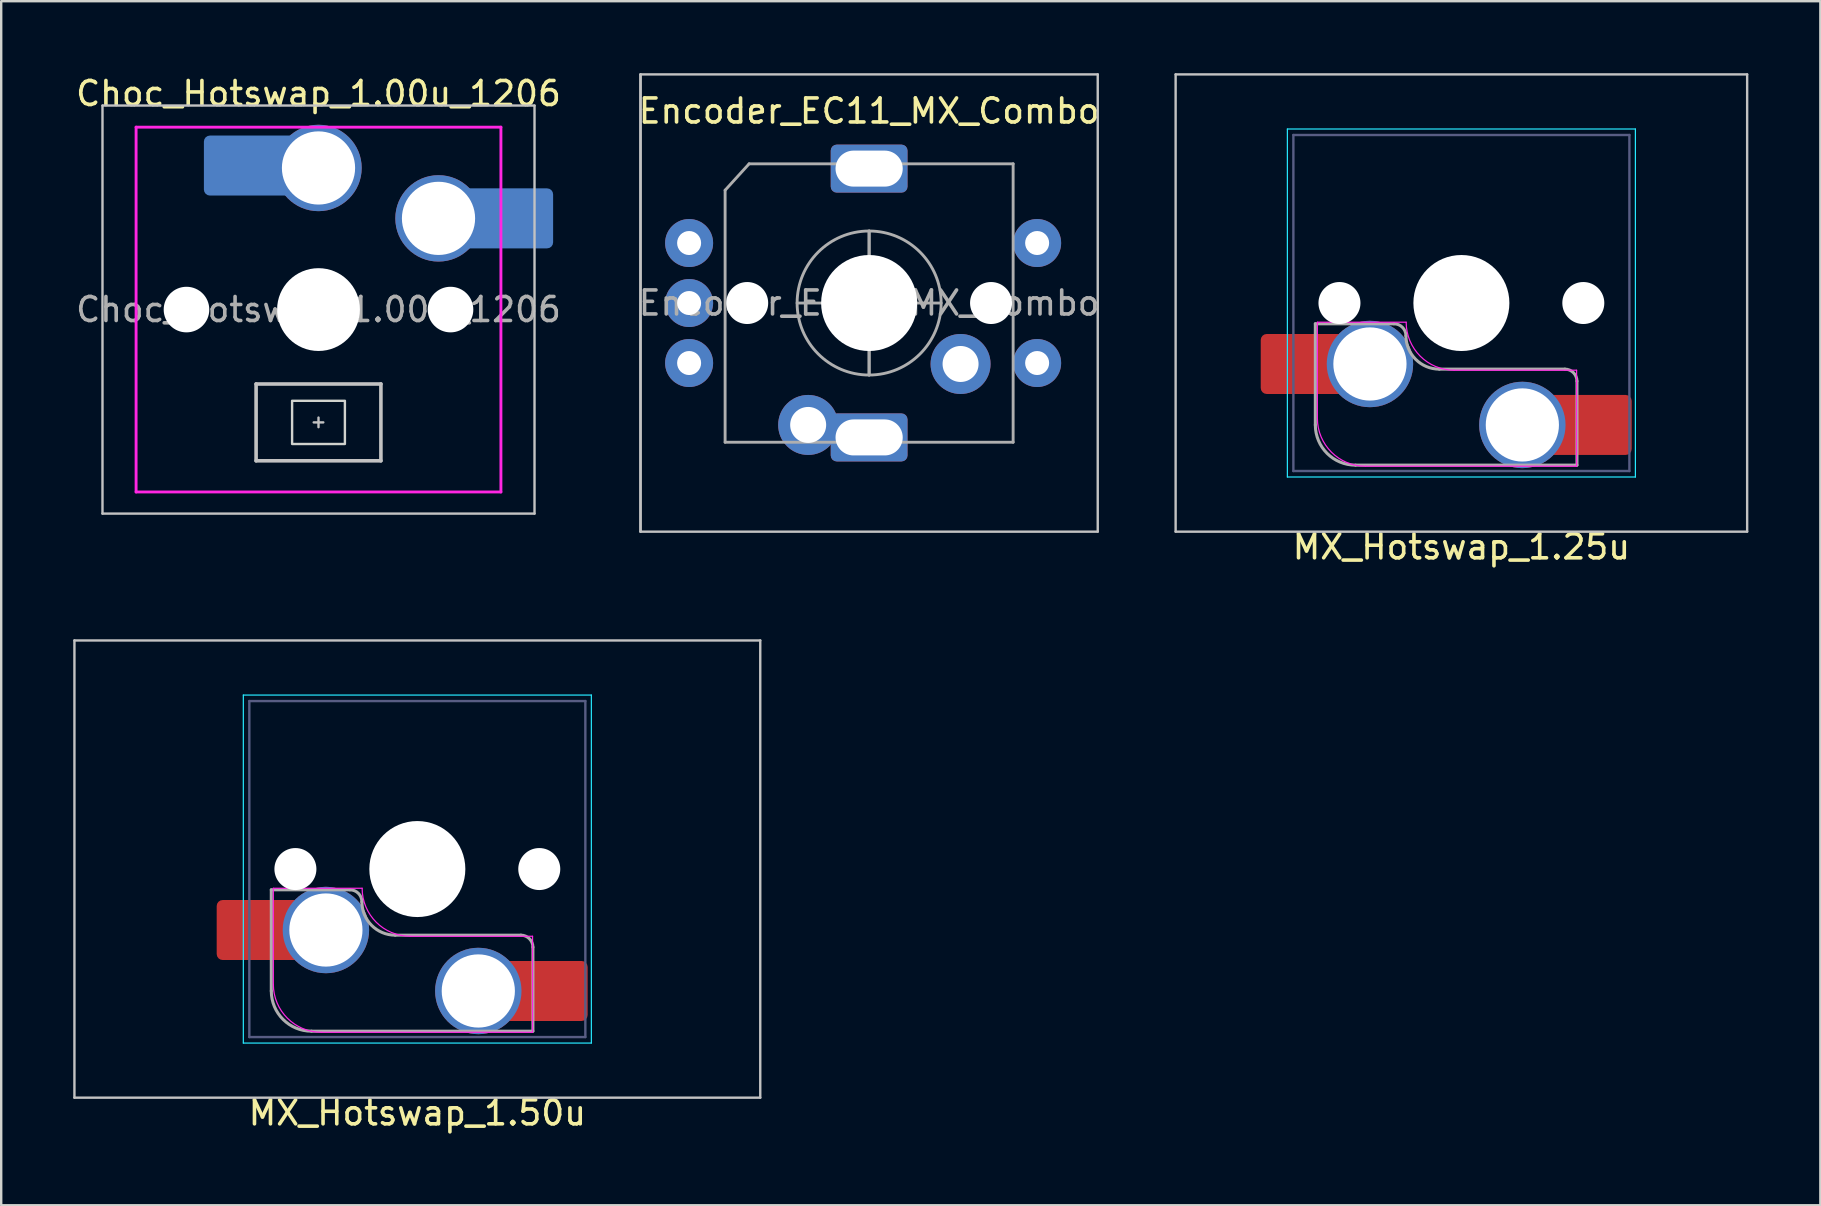
<source format=kicad_pcb>
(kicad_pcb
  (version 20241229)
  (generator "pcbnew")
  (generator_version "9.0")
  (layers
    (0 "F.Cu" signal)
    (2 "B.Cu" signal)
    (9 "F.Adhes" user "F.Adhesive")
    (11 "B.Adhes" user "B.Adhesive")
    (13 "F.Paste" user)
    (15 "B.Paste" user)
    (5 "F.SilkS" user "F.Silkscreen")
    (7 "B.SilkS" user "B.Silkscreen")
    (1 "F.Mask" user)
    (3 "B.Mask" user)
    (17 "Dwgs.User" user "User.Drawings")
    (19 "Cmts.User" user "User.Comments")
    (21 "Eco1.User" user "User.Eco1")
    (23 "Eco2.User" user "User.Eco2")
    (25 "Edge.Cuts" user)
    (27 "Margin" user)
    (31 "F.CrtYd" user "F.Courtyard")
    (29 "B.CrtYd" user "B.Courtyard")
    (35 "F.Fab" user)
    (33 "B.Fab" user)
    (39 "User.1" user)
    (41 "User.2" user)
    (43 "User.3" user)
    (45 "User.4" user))
  (footprint "Encoder_EC11_MX_Combo"
    (layer "F.Cu")
    (at 33.161 9.575)
    (property "Reference" "Encoder_EC11_MX_Combo" (at 0 -8 0) (layer "F.SilkS") (effects (font (size 1 1) (thickness 0.15))))
    (attr through_hole)
    (fp_line (start -9.525 -9.525) (end -9.525 9.525) (stroke (width 0.1) (type solid)) (layer "Dwgs.User"))
    (fp_line (start -9.525 -9.525) (end -9.525 9.525) (stroke (width 0.1) (type solid)) (layer "Dwgs.User"))
    (fp_line (start -9.525 9.525) (end 9.525 9.525) (stroke (width 0.1) (type solid)) (layer "Dwgs.User"))
    (fp_line (start 9.525 -9.525) (end -9.525 -9.525) (stroke (width 0.1) (type solid)) (layer "Dwgs.User"))
    (fp_line (start 9.525 9.525) (end 9.525 -9.525) (stroke (width 0.1) (type solid)) (layer "Dwgs.User"))
    (fp_line (start -6 -4.7) (end -5 -5.8) (stroke (width 0.12) (type solid)) (layer "F.Fab"))
    (fp_line (start -6 5.8) (end -6 -4.7) (stroke (width 0.12) (type solid)) (layer "F.Fab"))
    (fp_line (start -5 -5.8) (end 6 -5.8) (stroke (width 0.12) (type solid)) (layer "F.Fab"))
    (fp_line (start -3 0) (end 3 0) (stroke (width 0.12) (type solid)) (layer "F.Fab"))
    (fp_line (start 0 -3) (end 0 3) (stroke (width 0.12) (type solid)) (layer "F.Fab"))
    (fp_line (start 0 -3) (end 0 3) (stroke (width 0.12) (type solid)) (layer "F.Fab"))
    (fp_line (start 6 -5.8) (end 6 5.8) (stroke (width 0.12) (type solid)) (layer "F.Fab"))
    (fp_line (start 6 5.8) (end -6 5.8) (stroke (width 0.12) (type solid)) (layer "F.Fab"))
    (fp_circle (center 0 0) (end 3 0) (stroke (width 0.12) (type solid)) (fill no) (layer "F.Fab"))
    (fp_text user "${REFERENCE}" (at 0 0 180) (layer "F.Fab") (effects (font (size 1 1) (thickness 0.15))))
    (pad "" np_thru_hole circle (at -5.08 0 180) (size 1.75 1.75) (drill 1.75) (layers "*.Cu" "*.Mask"))
    (pad "" np_thru_hole circle (at 0 0 180) (size 4 4) (drill 4) (layers "*.Cu" "*.Mask"))
    (pad "" np_thru_hole circle (at 5.08 0 180) (size 1.75 1.75) (drill 1.75) (layers "*.Cu" "*.Mask"))
    (pad "A" thru_hole circle (at -7.5 -2.5) (size 2 2) (drill 1) (layers "*.Cu" "*.Mask"))
    (pad "B" thru_hole circle (at -7.5 2.5) (size 2 2) (drill 1) (layers "*.Cu" "*.Mask"))
    (pad "C" thru_hole circle (at -7.5 0) (size 2 2) (drill 1) (layers "*.Cu" "*.Mask"))
    (pad "MP" thru_hole roundrect (at 0 -5.6) (size 3.2 2) (drill oval 2.8 1.5) (layers "*.Cu" "*.Mask") (roundrect_rratio 0.125))
    (pad "S1" thru_hole circle (at 3.81 2.54 180) (size 2.5 2.5) (drill 1.5) (layers "*.Cu" "*.Mask"))
    (pad "S1" thru_hole circle (at 7 2.5) (size 2 2) (drill 1) (layers "*.Cu" "*.Mask"))
    (pad "S2" thru_hole circle (at -2.54 5.08 180) (size 2.5 2.5) (drill 1.5) (layers "*.Cu" "*.Mask"))
    (pad "S2" thru_hole roundrect (at 0 5.6) (size 3.2 2) (drill oval 2.8 1.5) (layers "*.Cu" "*.Mask") (roundrect_rratio 0.125))
    (pad "S2" thru_hole circle (at 7 -2.5) (size 2 2) (drill 1) (layers "*.Cu" "*.Mask")))
  (footprint "MX_Hotswap_1.50u"
    (layer "F.Cu")
    (at 13.703 36.968)
    (property "Reference" "MX_Hotswap_1.50u" (at 0.635 6.35 0) (layer "F.SilkS") (effects (font (size 1 1) (thickness 0.15))))
    (attr smd allow_soldermask_bridges)
    (fp_line (start -13.652 -13.335) (end -13.652 5.715) (stroke (width 0.1) (type solid)) (layer "Dwgs.User"))
    (fp_line (start -13.652 5.715) (end 14.922 5.715) (stroke (width 0.1) (type solid)) (layer "Dwgs.User"))
    (fp_line (start 14.922 -13.335) (end -13.652 -13.335) (stroke (width 0.1) (type solid)) (layer "Dwgs.User"))
    (fp_line (start 14.922 5.715) (end 14.922 -13.335) (stroke (width 0.1) (type solid)) (layer "Dwgs.User"))
    (fp_line (start -6.615 -11.06) (end -6.615 3.44) (stroke (width 0.05) (type solid)) (layer "B.CrtYd"))
    (fp_line (start -6.615 3.44) (end 7.885 3.44) (stroke (width 0.05) (type solid)) (layer "B.CrtYd"))
    (fp_line (start 7.885 -11.06) (end -6.615 -11.06) (stroke (width 0.05) (type solid)) (layer "B.CrtYd"))
    (fp_line (start 7.885 3.44) (end 7.885 -11.06) (stroke (width 0.05) (type solid)) (layer "B.CrtYd"))
    (fp_line (start -5.365 0.99) (end -5.365 -3.01) (stroke (width 0.05) (type solid)) (layer "F.CrtYd"))
    (fp_line (start -1.665 -3.01) (end -5.365 -3.01) (stroke (width 0.05) (type solid)) (layer "F.CrtYd"))
    (fp_line (start 5.435 -1.01) (end 0.335 -1.01) (stroke (width 0.05) (type solid)) (layer "F.CrtYd"))
    (fp_line (start 5.435 -1.01) (end 5.435 2.99) (stroke (width 0.05) (type solid)) (layer "F.CrtYd"))
    (fp_line (start 5.435 2.99) (end -3.365 2.99) (stroke (width 0.05) (type solid)) (layer "F.CrtYd"))
    (fp_arc (start -3.365 2.99) (mid -4.779214 2.404214) (end -5.365 0.99) (stroke (width 0.05) (type solid)) (layer "F.CrtYd"))
    (fp_arc (start 0.335 -1.01) (mid -1.079214 -1.595786) (end -1.665 -3.01) (stroke (width 0.05) (type solid)) (layer "F.CrtYd"))
    (fp_line (start -6.365 -10.81) (end -6.365 3.19) (stroke (width 0.1) (type solid)) (layer "B.Fab"))
    (fp_line (start -6.365 3.19) (end 7.635 3.19) (stroke (width 0.1) (type solid)) (layer "B.Fab"))
    (fp_line (start 7.635 -10.81) (end -6.365 -10.81) (stroke (width 0.1) (type solid)) (layer "B.Fab"))
    (fp_line (start 7.635 3.19) (end 7.635 -10.81) (stroke (width 0.1) (type solid)) (layer "B.Fab"))
    (fp_line (start -5.45 -2.945) (end -2.175 -2.945) (stroke (width 0.127) (type solid)) (layer "F.Fab"))
    (fp_line (start -5.45 1.27) (end -5.45 -2.945) (stroke (width 0.127) (type solid)) (layer "F.Fab"))
    (fp_line (start -0.285 -1.055) (end 4.95 -1.055) (stroke (width 0.127) (type solid)) (layer "F.Fab"))
    (fp_line (start 5.45 -0.555) (end 5.45 2.945) (stroke (width 0.127) (type solid)) (layer "F.Fab"))
    (fp_line (start 5.45 2.945) (end -3.775 2.945) (stroke (width 0.127) (type solid)) (layer "F.Fab"))
    (fp_arc (start -3.775 2.945) (mid -4.959404 2.454404) (end -5.45 1.27) (stroke (width 0.127) (type solid)) (layer "F.Fab"))
    (fp_arc (start -2.175 -2.945) (mid -1.821447 -2.798553) (end -1.675 -2.445) (stroke (width 0.127) (type solid)) (layer "F.Fab"))
    (fp_arc (start -0.285 -1.055) (mid -1.267878 -1.462122) (end -1.675 -2.445) (stroke (width 0.127) (type solid)) (layer "F.Fab"))
    (fp_arc (start 4.95 -1.055) (mid 5.303553 -0.908553) (end 5.45 -0.555) (stroke (width 0.127) (type solid)) (layer "F.Fab"))
    (pad "" smd roundrect (at -6.45 -1.27 180) (size 2.55 2.5) (layers "F.Mask" "F.Paste") (roundrect_rratio 0.1))
    (pad "" np_thru_hole circle (at -4.445 -3.81 180) (size 1.75 1.75) (drill 1.75) (layers "*.Cu" "*.Mask"))
    (pad "" np_thru_hole circle (at 0.635 -3.81 180) (size 4 4) (drill 4) (layers "*.Cu" "*.Mask"))
    (pad "" np_thru_hole circle (at 5.715 -3.81 180) (size 1.75 1.75) (drill 1.75) (layers "*.Cu" "*.Mask"))
    (pad "" smd roundrect (at 6.477 1.27 180) (size 2.55 2.5) (layers "F.Mask" "F.Paste") (roundrect_rratio 0.1))
    (pad "1" smd roundrect (at -5.95 -1.27 180) (size 3.55 2.5) (layers "F.Cu") (roundrect_rratio 0.1))
    (pad "1" thru_hole circle (at -3.175 -1.27 180) (size 3.6 3.6) (drill 3.05) (layers "*.Cu" "*.Mask"))
    (pad "2" thru_hole circle (at 3.175 1.27 180) (size 3.6 3.6) (drill 3.05) (layers "*.Cu" "*.Mask"))
    (pad "2" smd roundrect (at 5.955 1.27 180) (size 3.55 2.5) (layers "F.Cu") (roundrect_rratio 0.1)))
  (footprint "Choc_Hotswap_1.00u_1206"
    (layer "F.Cu")
    (at 10.22 9.848)
    (property "Reference" "Choc_Hotswap_1.00u_1206" (at 0 -9 0) (layer "F.SilkS") (effects (font (size 1 1) (thickness 0.15))))
    (attr smd allow_soldermask_bridges)
    (fp_line (start -9 -8.5) (end -9 8.5) (stroke (width 0.1) (type solid)) (layer "Dwgs.User"))
    (fp_line (start -9 8.5) (end 9 8.5) (stroke (width 0.1) (type solid)) (layer "Dwgs.User"))
    (fp_line (start -2.6 3.1) (end -2.6 6.3) (stroke (width 0.15) (type solid)) (layer "Dwgs.User"))
    (fp_line (start -2.6 6.3) (end 2.6 6.3) (stroke (width 0.15) (type solid)) (layer "Dwgs.User"))
    (fp_line (start 0 4.5) (end 0 4.9) (stroke (width 0.1) (type default)) (layer "Dwgs.User"))
    (fp_line (start 0.2 4.7) (end -0.2 4.7) (stroke (width 0.1) (type default)) (layer "Dwgs.User"))
    (fp_line (start 2.6 3.1) (end -2.6 3.1) (stroke (width 0.15) (type solid)) (layer "Dwgs.User"))
    (fp_line (start 2.6 3.1) (end 2.6 6.3) (stroke (width 0.15) (type solid)) (layer "Dwgs.User"))
    (fp_line (start 9 -8.5) (end -9 -8.5) (stroke (width 0.1) (type solid)) (layer "Dwgs.User"))
    (fp_line (start 9 8.5) (end 9 -8.5) (stroke (width 0.1) (type solid)) (layer "Dwgs.User"))
    (fp_rect (start -1.1 3.8) (end 1.1 5.6) (stroke (width 0.1) (type default)) (fill no) (layer "Edge.Cuts"))
    (fp_line (start -7.6 -7.6) (end -7.6 7.6) (stroke (width 0.12) (type solid)) (layer "F.CrtYd"))
    (fp_line (start -7.6 7.6) (end 7.6 7.6) (stroke (width 0.12) (type solid)) (layer "F.CrtYd"))
    (fp_line (start 7.6 -7.6) (end -7.6 -7.6) (stroke (width 0.12) (type solid)) (layer "F.CrtYd"))
    (fp_line (start 7.6 7.6) (end 7.6 -7.6) (stroke (width 0.12) (type solid)) (layer "F.CrtYd"))
    (fp_text user "${REFERENCE}" (at 0 0 0) (layer "F.Fab") (effects (font (size 1 1) (thickness 0.15))))
    (pad "" np_thru_hole circle (at -5.5 0) (size 1.9 1.9) (drill 1.9) (layers "*.Cu" "*.Mask"))
    (pad "" smd roundrect (at -3.5 -6) (size 2.55 2.5) (layers "B.Mask" "B.Paste") (roundrect_rratio 0.1))
    (pad "" np_thru_hole circle (at 0 0) (size 3.45 3.45) (drill 3.45) (layers "*.Cu" "*.Mask"))
    (pad "" np_thru_hole circle (at 5.5 0) (size 1.9 1.9) (drill 1.9) (layers "*.Cu" "*.Mask"))
    (pad "" smd roundrect (at 8.5 -3.8) (size 2.55 2.5) (layers "B.Mask" "B.Paste") (roundrect_rratio 0.1))
    (pad "1" smd roundrect (at -2.85 -6) (size 3.85 2.5) (layers "B.Cu") (roundrect_rratio 0.1))
    (pad "1" thru_hole circle (at 0 -5.9) (size 3.6 3.6) (drill 3.05) (layers "*.Cu" "*.Mask"))
    (pad "2" thru_hole circle (at 5 -3.8) (size 3.6 3.6) (drill 3.05) (layers "*.Cu" "*.Mask"))
    (pad "2" smd roundrect (at 7.85 -3.8) (size 3.85 2.5) (layers "B.Cu") (roundrect_rratio 0.1)))
  (footprint "MX_Hotswap_1.25u"
    (layer "F.Cu")
    (at 57.202 13.385)
    (property "Reference" "MX_Hotswap_1.25u" (at 0.635 6.35 0) (layer "F.SilkS") (effects (font (size 1 1) (thickness 0.15))))
    (attr smd allow_soldermask_bridges)
    (fp_line (start -11.271 -13.335) (end -11.271 5.715) (stroke (width 0.1) (type solid)) (layer "Dwgs.User"))
    (fp_line (start -11.271 5.715) (end 12.541 5.715) (stroke (width 0.1) (type solid)) (layer "Dwgs.User"))
    (fp_line (start 12.541 -13.335) (end -11.271 -13.335) (stroke (width 0.1) (type solid)) (layer "Dwgs.User"))
    (fp_line (start 12.541 5.715) (end 12.541 -13.335) (stroke (width 0.1) (type solid)) (layer "Dwgs.User"))
    (fp_line (start -6.615 -11.06) (end -6.615 3.44) (stroke (width 0.05) (type solid)) (layer "B.CrtYd"))
    (fp_line (start -6.615 3.44) (end 7.885 3.44) (stroke (width 0.05) (type solid)) (layer "B.CrtYd"))
    (fp_line (start 7.885 -11.06) (end -6.615 -11.06) (stroke (width 0.05) (type solid)) (layer "B.CrtYd"))
    (fp_line (start 7.885 3.44) (end 7.885 -11.06) (stroke (width 0.05) (type solid)) (layer "B.CrtYd"))
    (fp_line (start -5.365 0.99) (end -5.365 -3.01) (stroke (width 0.05) (type solid)) (layer "F.CrtYd"))
    (fp_line (start -1.665 -3.01) (end -5.365 -3.01) (stroke (width 0.05) (type solid)) (layer "F.CrtYd"))
    (fp_line (start 5.435 -1.01) (end 0.335 -1.01) (stroke (width 0.05) (type solid)) (layer "F.CrtYd"))
    (fp_line (start 5.435 -1.01) (end 5.435 2.99) (stroke (width 0.05) (type solid)) (layer "F.CrtYd"))
    (fp_line (start 5.435 2.99) (end -3.365 2.99) (stroke (width 0.05) (type solid)) (layer "F.CrtYd"))
    (fp_arc (start -3.365 2.99) (mid -4.779214 2.404214) (end -5.365 0.99) (stroke (width 0.05) (type solid)) (layer "F.CrtYd"))
    (fp_arc (start 0.335 -1.01) (mid -1.079214 -1.595786) (end -1.665 -3.01) (stroke (width 0.05) (type solid)) (layer "F.CrtYd"))
    (fp_line (start -6.365 -10.81) (end -6.365 3.19) (stroke (width 0.1) (type solid)) (layer "B.Fab"))
    (fp_line (start -6.365 3.19) (end 7.635 3.19) (stroke (width 0.1) (type solid)) (layer "B.Fab"))
    (fp_line (start 7.635 -10.81) (end -6.365 -10.81) (stroke (width 0.1) (type solid)) (layer "B.Fab"))
    (fp_line (start 7.635 3.19) (end 7.635 -10.81) (stroke (width 0.1) (type solid)) (layer "B.Fab"))
    (fp_line (start -5.45 -2.945) (end -2.175 -2.945) (stroke (width 0.127) (type solid)) (layer "F.Fab"))
    (fp_line (start -5.45 1.27) (end -5.45 -2.945) (stroke (width 0.127) (type solid)) (layer "F.Fab"))
    (fp_line (start -0.285 -1.055) (end 4.95 -1.055) (stroke (width 0.127) (type solid)) (layer "F.Fab"))
    (fp_line (start 5.45 -0.555) (end 5.45 2.945) (stroke (width 0.127) (type solid)) (layer "F.Fab"))
    (fp_line (start 5.45 2.945) (end -3.775 2.945) (stroke (width 0.127) (type solid)) (layer "F.Fab"))
    (fp_arc (start -3.775 2.945) (mid -4.959404 2.454404) (end -5.45 1.27) (stroke (width 0.127) (type solid)) (layer "F.Fab"))
    (fp_arc (start -2.175 -2.945) (mid -1.821447 -2.798553) (end -1.675 -2.445) (stroke (width 0.127) (type solid)) (layer "F.Fab"))
    (fp_arc (start -0.285 -1.055) (mid -1.267878 -1.462122) (end -1.675 -2.445) (stroke (width 0.127) (type solid)) (layer "F.Fab"))
    (fp_arc (start 4.95 -1.055) (mid 5.303553 -0.908553) (end 5.45 -0.555) (stroke (width 0.127) (type solid)) (layer "F.Fab"))
    (pad "" smd roundrect (at -6.45 -1.27 180) (size 2.55 2.5) (layers "F.Mask" "F.Paste") (roundrect_rratio 0.1))
    (pad "" np_thru_hole circle (at -4.445 -3.81 180) (size 1.75 1.75) (drill 1.75) (layers "*.Cu" "*.Mask"))
    (pad "" np_thru_hole circle (at 0.635 -3.81 180) (size 4 4) (drill 4) (layers "*.Cu" "*.Mask"))
    (pad "" np_thru_hole circle (at 5.715 -3.81 180) (size 1.75 1.75) (drill 1.75) (layers "*.Cu" "*.Mask"))
    (pad "" smd roundrect (at 6.477 1.27 180) (size 2.55 2.5) (layers "F.Mask" "F.Paste") (roundrect_rratio 0.1))
    (pad "1" smd roundrect (at -5.95 -1.27 180) (size 3.55 2.5) (layers "F.Cu") (roundrect_rratio 0.1))
    (pad "1" thru_hole circle (at -3.175 -1.27 180) (size 3.6 3.6) (drill 3.05) (layers "*.Cu" "*.Mask"))
    (pad "2" thru_hole circle (at 3.175 1.27 180) (size 3.6 3.6) (drill 3.05) (layers "*.Cu" "*.Mask"))
    (pad "2" smd roundrect (at 5.955 1.27 180) (size 3.55 2.5) (layers "F.Cu") (roundrect_rratio 0.1)))
  (gr_rect
    (start -3 -3)
    (end 72.793 47.166)
    (stroke (width 0.1) (type default))
    (fill no)
    (layer "Edge.Cuts")))
</source>
